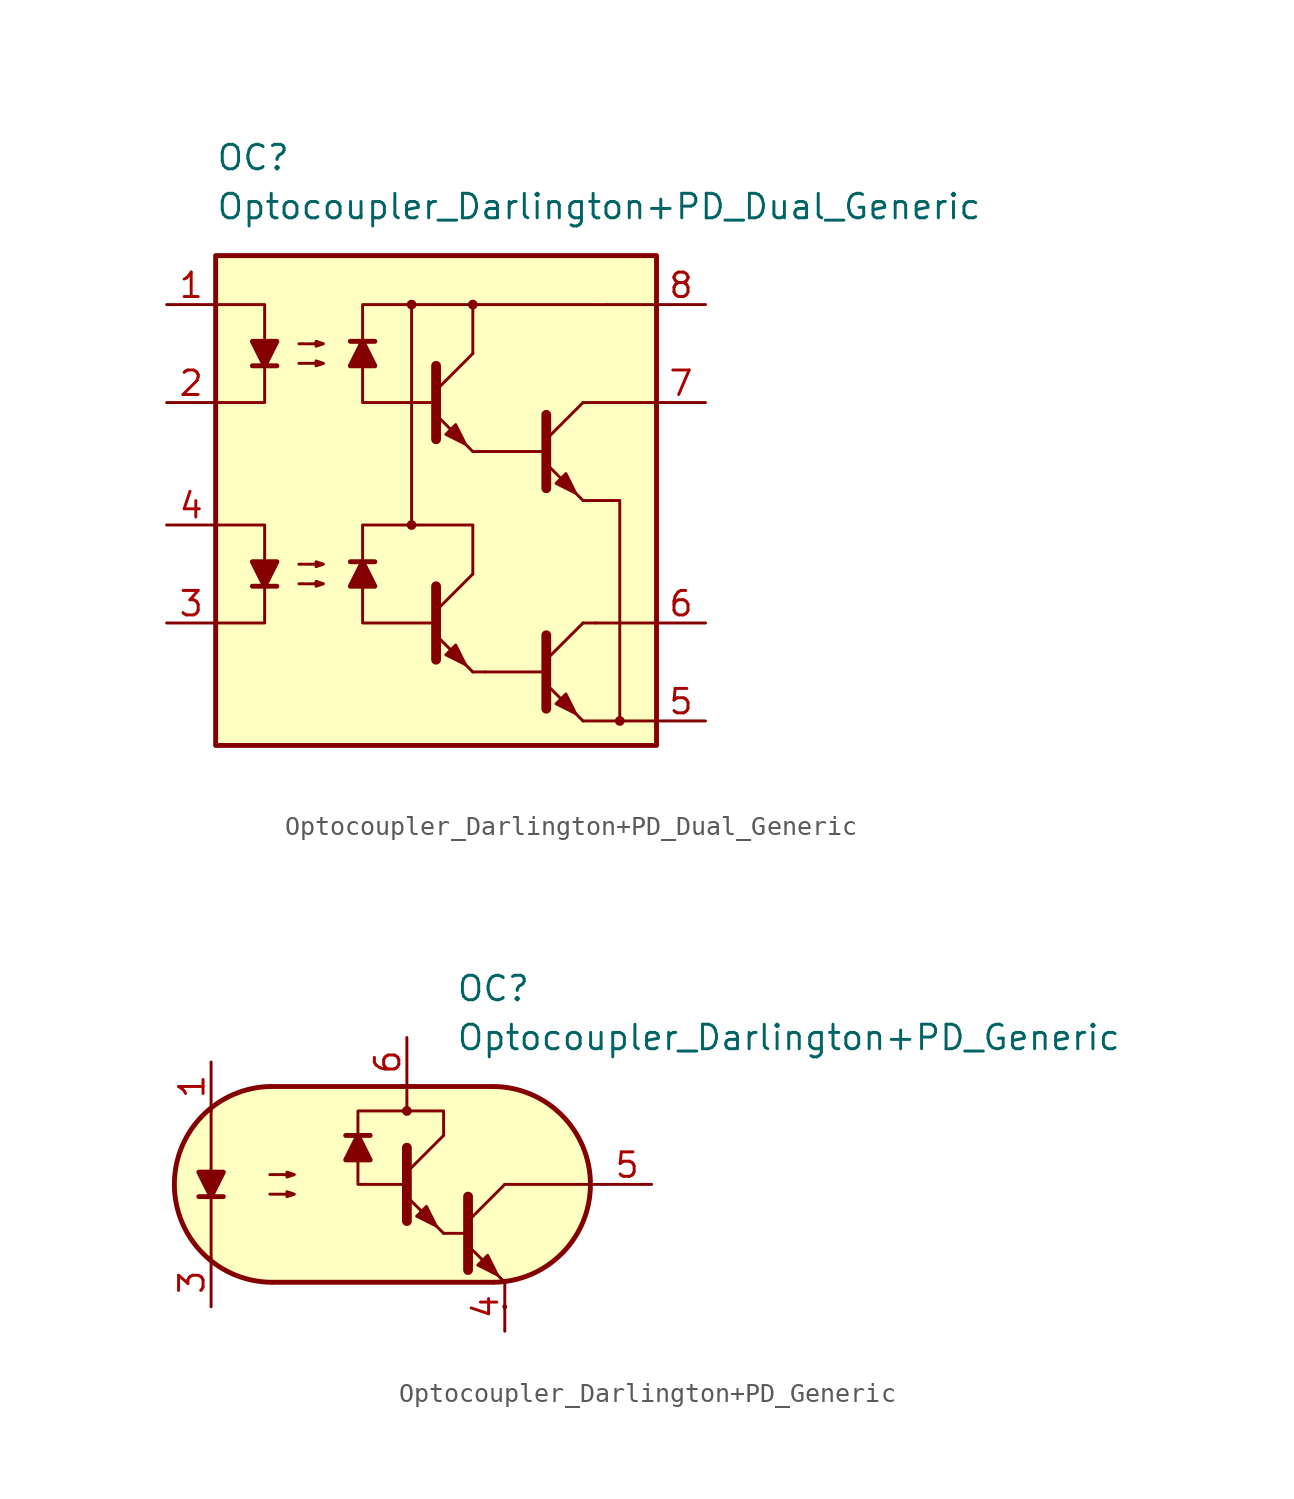
<source format=kicad_sym>
(kicad_symbol_lib
  (version 20211014)
  (generator kicad_symbol_editor)
  (symbol "Optocoupler_Darlington+PD_Dual_Generic"
    (pin_names
      (offset 1.016))
    (property "Reference" "OC"
      (at -11.43 17.78 0)
      (effects (font (size 1.27 1.27)) (justify left)))
    (property "Value" "Optocoupler_Darlington+PD_Dual_Generic"
      (at -11.43 15.24 0)
      (effects (font (size 1.27 1.27)) (justify left)))
    (symbol "Optocoupler_Darlington+PD_Dual_Generic_0_0"
      (rectangle (start -11.43 12.7) (end 11.43 -12.7) (stroke (width 0.254) (type default) (color 0 0 0 0)) (fill (type background)))
      (circle (center -1.27 -1.27) (radius 0.178) (stroke (width 0) (type default) (color 0 0 0 0)) (fill (type outline)))
      (circle (center -1.27 10.16) (radius 0.178) (stroke (width 0) (type default) (color 0 0 0 0)) (fill (type outline)))
      (circle (center 1.905 10.16) (radius 0.178) (stroke (width 0) (type default) (color 0 0 0 0)) (fill (type outline)))
      (circle (center 9.525 -11.43) (radius 0.178) (stroke (width 0) (type default) (color 0 0 0 0)) (fill (type outline))))
    (symbol "Optocoupler_Darlington+PD_Dual_Generic_0_1"
      (polyline (pts (xy -9.525 -4.445) (xy -8.255 -4.445)) (stroke (width 0.254) (type default) (color 0 0 0 0)) (fill (type none)))
      (polyline (pts (xy 0 -5.715) (xy 1.905 -3.81)) (stroke (width 0) (type default) (color 0 0 0 0)) (fill (type none)))
      (polyline (pts (xy 1.905 -8.89) (xy 0 -6.985)) (stroke (width 0) (type default) (color 0 0 0 0)) (fill (type outline)))
      (polyline (pts (xy 1.905 -8.89) (xy 2.54 -8.89)) (stroke (width 0) (type default) (color 0 0 0 0)) (fill (type none)))
      (polyline (pts (xy 1.905 7.62) (xy 1.905 10.16)) (stroke (width 0.152) (type default) (color 0 0 0 0)) (fill (type none)))
      (polyline (pts (xy 2.54 -8.89) (xy 5.715 -8.89)) (stroke (width 0.152) (type default) (color 0 0 0 0)) (fill (type none)))
      (polyline (pts (xy 2.54 2.54) (xy 5.715 2.54)) (stroke (width 0.152) (type default) (color 0 0 0 0)) (fill (type none)))
      (polyline (pts (xy 5.715 -8.255) (xy 7.62 -6.35)) (stroke (width 0) (type default) (color 0 0 0 0)) (fill (type none)))
      (polyline (pts (xy 5.715 3.175) (xy 7.62 5.08)) (stroke (width 0) (type default) (color 0 0 0 0)) (fill (type none)))
      (polyline (pts (xy 7.62 -11.43) (xy 5.715 -9.525)) (stroke (width 0) (type default) (color 0 0 0 0)) (fill (type outline)))
      (polyline (pts (xy 7.62 -11.43) (xy 11.43 -11.43)) (stroke (width 0.152) (type default) (color 0 0 0 0)) (fill (type none)))
      (polyline (pts (xy 7.62 -6.35) (xy 8.255 -6.35)) (stroke (width 0) (type default) (color 0 0 0 0)) (fill (type none)))
      (polyline (pts (xy 7.62 0) (xy 5.715 1.905)) (stroke (width 0) (type default) (color 0 0 0 0)) (fill (type outline)))
      (polyline (pts (xy 7.62 0) (xy 8.255 0)) (stroke (width 0) (type default) (color 0 0 0 0)) (fill (type none)))
      (polyline (pts (xy 7.62 5.08) (xy 8.255 5.08)) (stroke (width 0) (type default) (color 0 0 0 0)) (fill (type none)))
      (polyline (pts (xy 8.255 -6.35) (xy 11.43 -6.35)) (stroke (width 0.152) (type default) (color 0 0 0 0)) (fill (type none)))
      (polyline (pts (xy 8.255 5.08) (xy 11.43 5.08)) (stroke (width 0.152) (type default) (color 0 0 0 0)) (fill (type none)))
      (polyline (pts (xy 8.89 10.16) (xy 11.43 10.16)) (stroke (width 0.152) (type default) (color 0 0 0 0)) (fill (type none)))
      (polyline (pts (xy -11.43 -1.27) (xy -8.89 -1.27) (xy -8.89 -4.445)) (stroke (width 0) (type default) (color 0 0 0 0)) (fill (type none)))
      (polyline (pts (xy -8.89 -4.445) (xy -8.89 -6.35) (xy -11.43 -6.35)) (stroke (width 0) (type default) (color 0 0 0 0)) (fill (type none)))
      (polyline (pts (xy 0 -4.445) (xy 0 -8.255) (xy 0 -8.255)) (stroke (width 0.508) (type default) (color 0 0 0 0)) (fill (type none)))
      (polyline (pts (xy 1.905 -3.81) (xy 1.905 -1.27) (xy -1.27 -1.27)) (stroke (width 0.152) (type default) (color 0 0 0 0)) (fill (type none)))
      (polyline (pts (xy 5.715 -6.985) (xy 5.715 -10.795) (xy 5.715 -10.795)) (stroke (width 0.508) (type default) (color 0 0 0 0)) (fill (type none)))
      (polyline (pts (xy 5.715 4.445) (xy 5.715 0.635) (xy 5.715 0.635)) (stroke (width 0.508) (type default) (color 0 0 0 0)) (fill (type none)))
      (polyline (pts (xy 8.255 0) (xy 9.525 0) (xy 9.525 -11.43)) (stroke (width 0.152) (type default) (color 0 0 0 0)) (fill (type none)))
      (polyline (pts (xy -8.89 -4.445) (xy -9.525 -3.175) (xy -8.255 -3.175) (xy -8.89 -4.445)) (stroke (width 0.254) (type default) (color 0 0 0 0)) (fill (type outline)))
      (polyline (pts (xy 0 5.08) (xy -3.81 5.08) (xy -3.81 10.16) (xy 8.89 10.16)) (stroke (width 0.152) (type default) (color 0 0 0 0)) (fill (type none)))
      (polyline (pts (xy -7.112 -4.318) (xy -5.842 -4.318) (xy -6.223 -4.445) (xy -6.223 -4.191) (xy -5.842 -4.318)) (stroke (width 0) (type default) (color 0 0 0 0)) (fill (type none)))
      (polyline (pts (xy -7.112 -3.302) (xy -5.842 -3.302) (xy -6.223 -3.429) (xy -6.223 -3.175) (xy -5.842 -3.302)) (stroke (width 0) (type default) (color 0 0 0 0)) (fill (type none)))
      (polyline (pts (xy 0 -6.35) (xy -3.81 -6.35) (xy -3.81 -1.27) (xy -1.27 -1.27) (xy -1.27 10.16)) (stroke (width 0.152) (type default) (color 0 0 0 0)) (fill (type none)))
      (polyline (pts (xy 0.508 -8.001) (xy 1.016 -7.493) (xy 1.524 -8.509) (xy 0.508 -8.001) (xy 0.508 -8.001)) (stroke (width 0) (type default) (color 0 0 0 0)) (fill (type outline)))
      (polyline (pts (xy 6.223 -10.541) (xy 6.731 -10.033) (xy 7.239 -11.049) (xy 6.223 -10.541) (xy 6.223 -10.541)) (stroke (width 0) (type default) (color 0 0 0 0)) (fill (type outline)))
      (polyline (pts (xy 6.223 0.889) (xy 6.731 1.397) (xy 7.239 0.381) (xy 6.223 0.889) (xy 6.223 0.889)) (stroke (width 0) (type default) (color 0 0 0 0)) (fill (type outline))))
    (symbol "Optocoupler_Darlington+PD_Dual_Generic_1_1"
      (polyline (pts (xy -9.525 6.985) (xy -8.255 6.985)) (stroke (width 0.254) (type default) (color 0 0 0 0)) (fill (type none)))
      (polyline (pts (xy -3.175 -3.175) (xy -4.445 -3.175)) (stroke (width 0.254) (type default) (color 0 0 0 0)) (fill (type none)))
      (polyline (pts (xy -3.175 8.255) (xy -4.445 8.255)) (stroke (width 0.254) (type default) (color 0 0 0 0)) (fill (type none)))
      (polyline (pts (xy 0 5.715) (xy 1.905 7.62)) (stroke (width 0) (type default) (color 0 0 0 0)) (fill (type none)))
      (polyline (pts (xy 1.905 2.54) (xy 0 4.445)) (stroke (width 0) (type default) (color 0 0 0 0)) (fill (type outline)))
      (polyline (pts (xy 1.905 2.54) (xy 2.54 2.54)) (stroke (width 0) (type default) (color 0 0 0 0)) (fill (type none)))
      (polyline (pts (xy -11.43 10.16) (xy -8.89 10.16) (xy -8.89 6.985)) (stroke (width 0) (type default) (color 0 0 0 0)) (fill (type none)))
      (polyline (pts (xy -8.89 6.985) (xy -8.89 5.08) (xy -11.43 5.08)) (stroke (width 0) (type default) (color 0 0 0 0)) (fill (type none)))
      (polyline (pts (xy 0 6.985) (xy 0 3.175) (xy 0 3.175)) (stroke (width 0.508) (type default) (color 0 0 0 0)) (fill (type none)))
      (polyline (pts (xy -8.89 6.985) (xy -9.525 8.255) (xy -8.255 8.255) (xy -8.89 6.985)) (stroke (width 0.254) (type default) (color 0 0 0 0)) (fill (type outline)))
      (polyline (pts (xy -3.81 -3.175) (xy -3.175 -4.445) (xy -4.445 -4.445) (xy -3.81 -3.175)) (stroke (width 0.254) (type default) (color 0 0 0 0)) (fill (type outline)))
      (polyline (pts (xy -3.81 8.255) (xy -3.175 6.985) (xy -4.445 6.985) (xy -3.81 8.255)) (stroke (width 0.254) (type default) (color 0 0 0 0)) (fill (type outline)))
      (polyline (pts (xy -7.112 7.112) (xy -5.842 7.112) (xy -6.223 6.985) (xy -6.223 7.239) (xy -5.842 7.112)) (stroke (width 0) (type default) (color 0 0 0 0)) (fill (type none)))
      (polyline (pts (xy -7.112 8.128) (xy -5.842 8.128) (xy -6.223 8.001) (xy -6.223 8.255) (xy -5.842 8.128)) (stroke (width 0) (type default) (color 0 0 0 0)) (fill (type none)))
      (polyline (pts (xy 0.508 3.429) (xy 1.016 3.937) (xy 1.524 2.921) (xy 0.508 3.429) (xy 0.508 3.429)) (stroke (width 0) (type default) (color 0 0 0 0)) (fill (type outline)))
      (pin passive line (at -13.97 10.16 0) (length 2.54) (name "~" (effects (font (size 1.27 1.27)))) (number "1" (effects (font (size 1.27 1.27)))))
      (pin passive line (at -13.97 5.08 0) (length 2.54) (name "~" (effects (font (size 1.27 1.27)))) (number "2" (effects (font (size 1.27 1.27)))))
      (pin passive line (at -13.97 -6.35 0) (length 2.54) (name "~" (effects (font (size 1.27 1.27)))) (number "3" (effects (font (size 1.27 1.27)))))
      (pin passive line (at -13.97 -1.27 0) (length 2.54) (name "~" (effects (font (size 1.27 1.27)))) (number "4" (effects (font (size 1.27 1.27)))))
      (pin passive line (at 13.97 -11.43 180) (length 2.54) (name "~" (effects (font (size 1.27 1.27)))) (number "5" (effects (font (size 1.27 1.27)))))
      (pin passive line (at 13.97 -6.35 180) (length 2.54) (name "~" (effects (font (size 1.27 1.27)))) (number "6" (effects (font (size 1.27 1.27)))))
      (pin passive line (at 13.97 5.08 180) (length 2.54) (name "~" (effects (font (size 1.27 1.27)))) (number "7" (effects (font (size 1.27 1.27)))))
      (pin passive line (at 13.97 10.16 180) (length 2.54) (name "~" (effects (font (size 1.27 1.27)))) (number "8" (effects (font (size 1.27 1.27)))))))
  (symbol "Optocoupler_Darlington+PD_Generic"
    (pin_names
      (offset 1.016))
    (property "Reference" "OC"
      (at 10.16 10.16 0)
      (effects (font (size 1.27 1.27)) (justify left)))
    (property "Value" "Optocoupler_Darlington+PD_Generic"
      (at 10.16 7.62 0)
      (effects (font (size 1.27 1.27)) (justify left)))
    (symbol "Optocoupler_Darlington+PD_Generic_0_0"
      (polyline (pts (xy 10.795 -2.54) (xy 9.525 -2.54)) (stroke (width 0) (type default) (color 0 0 0 0)) (fill (type none)))
      (rectangle (start 12.7 -6.35) (end 12.7 -6.35) (stroke (width 0.254) (type default) (color 0 0 0 0)) (fill (type background))))
    (symbol "Optocoupler_Darlington+PD_Generic_0_1"
      (polyline (pts (xy -3.175 -0.635) (xy -1.905 -0.635)) (stroke (width 0.254) (type default) (color 0 0 0 0)) (fill (type none)))
      (polyline (pts (xy -2.54 -3.81) (xy -2.54 3.81)) (stroke (width 0.152) (type default) (color 0 0 0 0)) (fill (type none)))
      (polyline (pts (xy 0.635 5.08) (xy 12.065 5.08)) (stroke (width 0.254) (type default) (color 0 0 0 0)) (fill (type none)))
      (polyline (pts (xy 7.62 3.81) (xy 7.62 5.08)) (stroke (width 0.152) (type default) (color 0 0 0 0)) (fill (type none)))
      (polyline (pts (xy 10.795 -1.905) (xy 12.7 0)) (stroke (width 0) (type default) (color 0 0 0 0)) (fill (type none)))
      (polyline (pts (xy 12.065 -5.08) (xy 0.635 -5.08)) (stroke (width 0.254) (type default) (color 0 0 0 0)) (fill (type none)))
      (polyline (pts (xy 12.7 -5.08) (xy 10.795 -3.175)) (stroke (width 0) (type default) (color 0 0 0 0)) (fill (type outline)))
      (polyline (pts (xy 12.7 0) (xy 17.78 0)) (stroke (width 0.152) (type default) (color 0 0 0 0)) (fill (type none)))
      (polyline (pts (xy 10.795 -0.635) (xy 10.795 -4.445) (xy 10.795 -4.445)) (stroke (width 0.508) (type default) (color 0 0 0 0)) (fill (type none)))
      (polyline (pts (xy -2.54 -0.635) (xy -3.175 0.635) (xy -1.905 0.635) (xy -2.54 -0.635)) (stroke (width 0.254) (type default) (color 0 0 0 0)) (fill (type outline)))
      (polyline (pts (xy 0.508 -0.508) (xy 1.778 -0.508) (xy 1.397 -0.635) (xy 1.397 -0.381) (xy 1.778 -0.508)) (stroke (width 0) (type default) (color 0 0 0 0)) (fill (type none)))
      (polyline (pts (xy 0.508 0.508) (xy 1.778 0.508) (xy 1.397 0.381) (xy 1.397 0.635) (xy 1.778 0.508)) (stroke (width 0) (type default) (color 0 0 0 0)) (fill (type none)))
      (polyline (pts (xy 9.525 2.54) (xy 9.525 3.81) (xy 5.08 3.81) (xy 5.08 0) (xy 7.62 0)) (stroke (width 0.152) (type default) (color 0 0 0 0)) (fill (type none)))
      (polyline (pts (xy 11.303 -4.191) (xy 11.811 -3.683) (xy 12.319 -4.699) (xy 11.303 -4.191) (xy 11.303 -4.191)) (stroke (width 0) (type default) (color 0 0 0 0)) (fill (type outline)))
      (polyline (pts (xy 0.635 5.08) (xy -0.635 4.953) (xy -2.032 4.318) (xy -3.048 3.556) (xy -3.937 2.286) (xy -4.318 0.889) (xy -4.445 0) (xy -4.318 -1.27) (xy -3.81 -2.54) (xy -3.048 -3.429) (xy -2.159 -4.191) (xy -1.143 -4.699) (xy -0.381 -4.953) (xy 0.508 -5.08) (xy 12.319 -5.08) (xy 13.589 -4.826) (xy 14.732 -4.318) (xy 15.621 -3.683) (xy 16.51 -2.54) (xy 17.018 -1.27) (xy 17.145 0) (xy 17.018 1.27) (xy 16.637 2.286) (xy 15.875 3.429) (xy 14.986 4.191) (xy 13.716 4.826) (xy 12.573 5.08) (xy 12.065 5.08) (xy 0.635 5.08)) (stroke (width 0.01) (type default) (color 0 0 0 0)) (fill (type background)))
      (arc (start 0.6031 5.08) (mid -4.4451 0) (end 0.6031 -5.08) (stroke (width 0.254) (type default) (color 0 0 0 0)) (fill (type none)))
      (arc (start 12.0969 -5.08) (mid 17.1451 0) (end 12.0969 5.08) (stroke (width 0.254) (type default) (color 0 0 0 0)) (fill (type none))))
    (symbol "Optocoupler_Darlington+PD_Generic_1_1"
      (polyline (pts (xy 5.715 2.54) (xy 4.445 2.54)) (stroke (width 0.254) (type default) (color 0 0 0 0)) (fill (type none)))
      (polyline (pts (xy 7.62 0.635) (xy 9.525 2.54)) (stroke (width 0) (type default) (color 0 0 0 0)) (fill (type none)))
      (polyline (pts (xy 9.525 -2.54) (xy 7.62 -0.635)) (stroke (width 0) (type default) (color 0 0 0 0)) (fill (type outline)))
      (polyline (pts (xy 7.62 1.905) (xy 7.62 -1.905) (xy 7.62 -1.905)) (stroke (width 0.508) (type default) (color 0 0 0 0)) (fill (type none)))
      (polyline (pts (xy 5.08 2.54) (xy 5.715 1.27) (xy 4.445 1.27) (xy 5.08 2.54)) (stroke (width 0.254) (type default) (color 0 0 0 0)) (fill (type outline)))
      (polyline (pts (xy 8.128 -1.651) (xy 8.636 -1.143) (xy 9.144 -2.159) (xy 8.128 -1.651) (xy 8.128 -1.651)) (stroke (width 0) (type default) (color 0 0 0 0)) (fill (type outline)))
      (circle (center 7.62 3.81) (radius 0.178) (stroke (width 0) (type default) (color 0 0 0 0)) (fill (type outline)))
      (pin passive line (at -2.54 6.35 270) (length 2.54) (name "~" (effects (font (size 1.27 1.27)))) (number "1" (effects (font (size 1.27 1.27)))))
      (pin no_connect line (at 6.35 0 0) (length 2.54) hide (name "NC" (effects (font (size 1.27 1.27)))) (number "2" (effects (font (size 1.27 1.27)))))
      (pin passive line (at -2.54 -6.35 90) (length 2.54) (name "~" (effects (font (size 1.27 1.27)))) (number "3" (effects (font (size 1.27 1.27)))))
      (pin passive line (at 12.7 -7.62 90) (length 2.54) (name "~" (effects (font (size 1.27 1.27)))) (number "4" (effects (font (size 1.27 1.27)))))
      (pin passive line (at 20.32 0 180) (length 2.54) (name "~" (effects (font (size 1.27 1.27)))) (number "5" (effects (font (size 1.27 1.27)))))
      (pin passive line (at 7.62 7.62 270) (length 2.54) (name "~" (effects (font (size 1.27 1.27)))) (number "6" (effects (font (size 1.27 1.27))))))))
</source>
